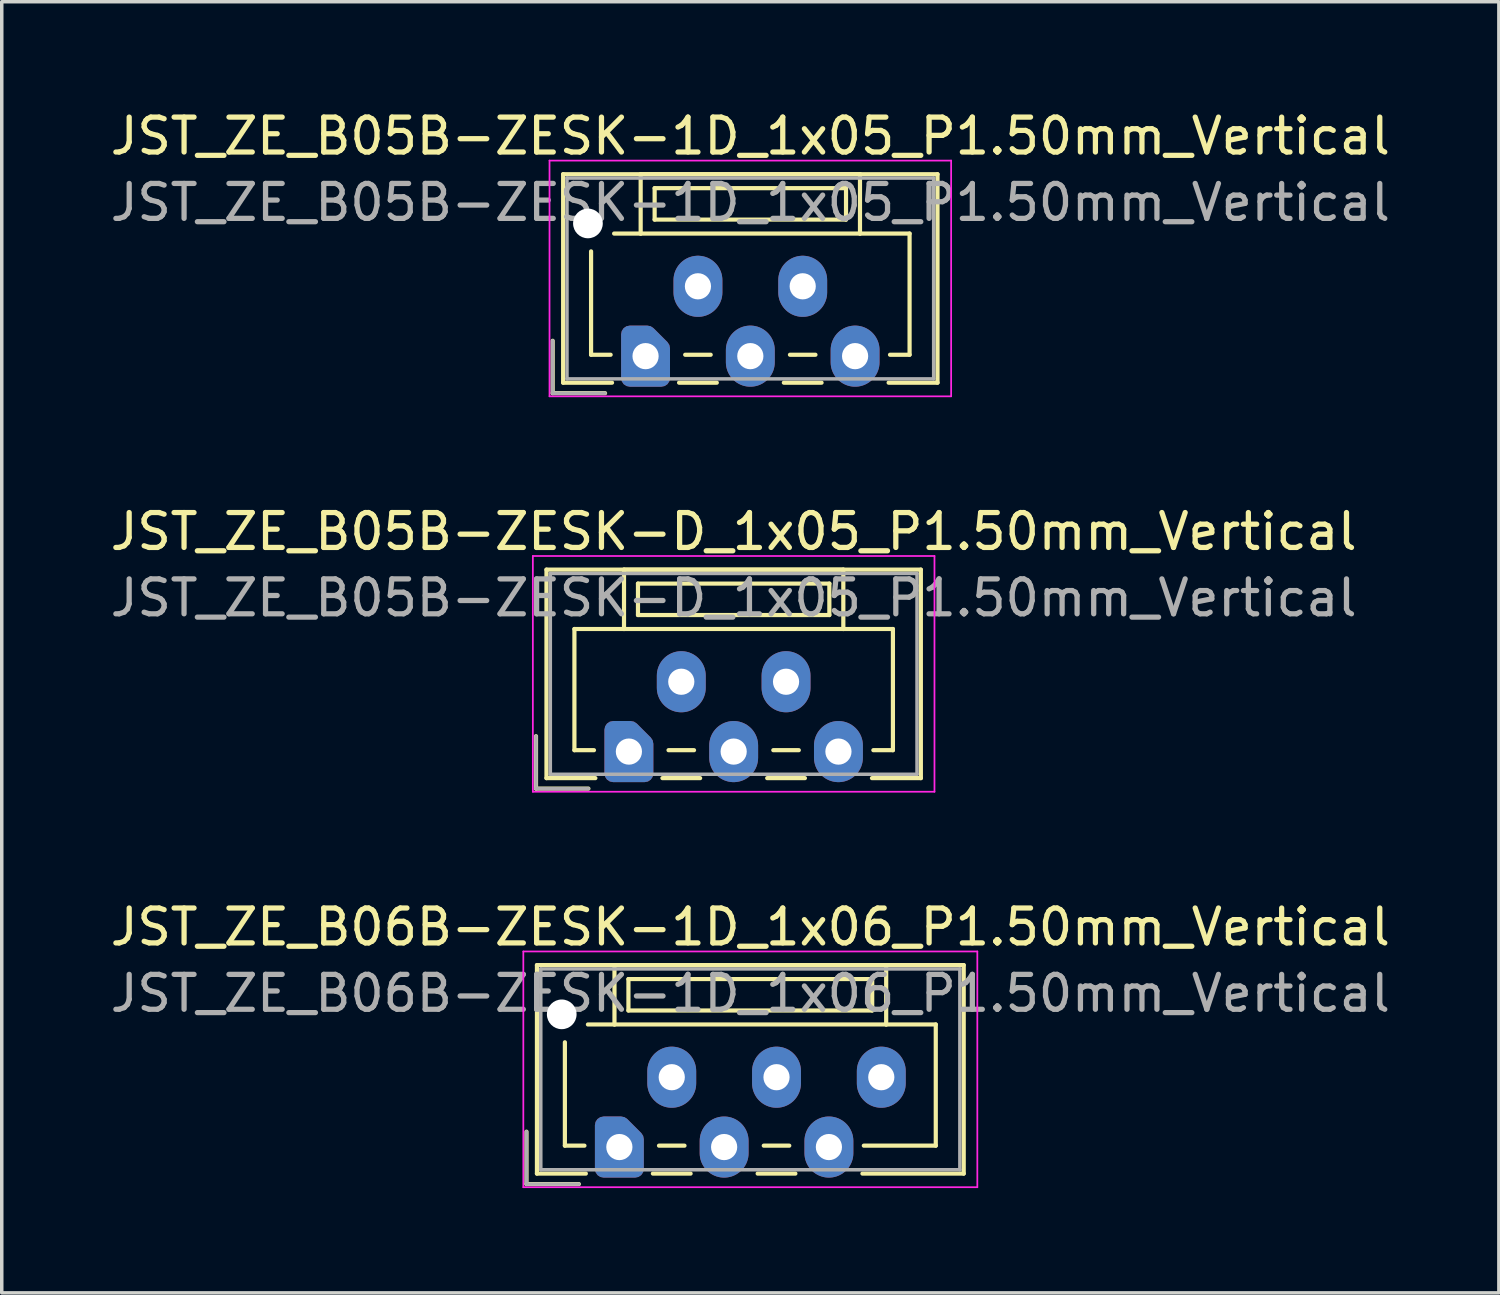
<source format=kicad_pcb>
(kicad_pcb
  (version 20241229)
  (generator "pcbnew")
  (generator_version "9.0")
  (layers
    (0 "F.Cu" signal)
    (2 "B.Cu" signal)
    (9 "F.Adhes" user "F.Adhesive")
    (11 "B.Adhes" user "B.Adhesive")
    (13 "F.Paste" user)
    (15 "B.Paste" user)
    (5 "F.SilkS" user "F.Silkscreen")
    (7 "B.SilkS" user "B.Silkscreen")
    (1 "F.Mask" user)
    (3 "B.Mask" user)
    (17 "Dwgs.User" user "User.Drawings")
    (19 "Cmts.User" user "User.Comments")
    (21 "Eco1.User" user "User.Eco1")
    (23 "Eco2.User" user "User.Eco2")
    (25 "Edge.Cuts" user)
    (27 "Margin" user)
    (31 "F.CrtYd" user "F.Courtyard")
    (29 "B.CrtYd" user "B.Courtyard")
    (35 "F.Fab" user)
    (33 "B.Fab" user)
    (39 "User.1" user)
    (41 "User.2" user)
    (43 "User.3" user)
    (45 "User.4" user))
  (footprint "JST_ZE_B05B-ZESK-1D_1x05_P1.50mm_Vertical"
    (layer "F.Cu")
    (at 15.435 7.148)
    (property "Reference" "JST_ZE_B05B-ZESK-1D_1x05_P1.50mm_Vertical" (at 3 -6.3 0) (layer "F.SilkS") (effects (font (size 1 1) (thickness 0.15))))
    (attr through_hole)
    (fp_line (start -2.66 -0.44) (end -2.66 1.06) (stroke (width 0.12) (type solid)) (layer "F.SilkS"))
    (fp_line (start -2.66 1.06) (end -1.16 1.06) (stroke (width 0.12) (type solid)) (layer "F.SilkS"))
    (fp_line (start -2.36 -5.21) (end 8.36 -5.21) (stroke (width 0.12) (type solid)) (layer "F.SilkS"))
    (fp_line (start -2.36 0.76) (end -2.36 -5.21) (stroke (width 0.12) (type solid)) (layer "F.SilkS"))
    (fp_line (start -1.56 -3) (end -1.56 -0.04) (stroke (width 0.12) (type solid)) (layer "F.SilkS"))
    (fp_line (start -1.56 -0.04) (end -1 -0.04) (stroke (width 0.12) (type solid)) (layer "F.SilkS"))
    (fp_line (start -0.96 0.76) (end -2.36 0.76) (stroke (width 0.12) (type solid)) (layer "F.SilkS"))
    (fp_line (start -0.14 -5.21) (end -0.14 -3.51) (stroke (width 0.12) (type solid)) (layer "F.SilkS"))
    (fp_line (start -0.14 -3.51) (end -0.9 -3.51) (stroke (width 0.12) (type solid)) (layer "F.SilkS"))
    (fp_line (start -0.14 -3.51) (end 6.14 -3.51) (stroke (width 0.12) (type solid)) (layer "F.SilkS"))
    (fp_line (start 0.26 -4.81) (end 0.26 -3.91) (stroke (width 0.12) (type solid)) (layer "F.SilkS"))
    (fp_line (start 0.26 -3.91) (end 5.74 -3.91) (stroke (width 0.12) (type solid)) (layer "F.SilkS"))
    (fp_line (start 0.96 0.76) (end 2.04 0.76) (stroke (width 0.12) (type solid)) (layer "F.SilkS"))
    (fp_line (start 1.135 -0.04) (end 1.865 -0.04) (stroke (width 0.12) (type solid)) (layer "F.SilkS"))
    (fp_line (start 3.96 0.76) (end 5.04 0.76) (stroke (width 0.12) (type solid)) (layer "F.SilkS"))
    (fp_line (start 4.135 -0.04) (end 4.865 -0.04) (stroke (width 0.12) (type solid)) (layer "F.SilkS"))
    (fp_line (start 5.74 -4.81) (end 0.26 -4.81) (stroke (width 0.12) (type solid)) (layer "F.SilkS"))
    (fp_line (start 5.74 -3.91) (end 5.74 -4.81) (stroke (width 0.12) (type solid)) (layer "F.SilkS"))
    (fp_line (start 6.14 -5.21) (end -0.14 -5.21) (stroke (width 0.12) (type solid)) (layer "F.SilkS"))
    (fp_line (start 6.14 -3.51) (end 6.14 -5.21) (stroke (width 0.12) (type solid)) (layer "F.SilkS"))
    (fp_line (start 6.14 -3.51) (end 7.56 -3.51) (stroke (width 0.12) (type solid)) (layer "F.SilkS"))
    (fp_line (start 7.56 -3.51) (end 7.56 -0.04) (stroke (width 0.12) (type solid)) (layer "F.SilkS"))
    (fp_line (start 7.56 -0.04) (end 7 -0.04) (stroke (width 0.12) (type solid)) (layer "F.SilkS"))
    (fp_line (start 8.36 -5.21) (end 8.36 0.76) (stroke (width 0.12) (type solid)) (layer "F.SilkS"))
    (fp_line (start 8.36 0.76) (end 6.96 0.76) (stroke (width 0.12) (type solid)) (layer "F.SilkS"))
    (fp_line (start -2.75 -5.6) (end -2.75 1.15) (stroke (width 0.05) (type solid)) (layer "F.CrtYd"))
    (fp_line (start -2.75 1.15) (end 8.75 1.15) (stroke (width 0.05) (type solid)) (layer "F.CrtYd"))
    (fp_line (start 8.75 -5.6) (end -2.75 -5.6) (stroke (width 0.05) (type solid)) (layer "F.CrtYd"))
    (fp_line (start 8.75 1.15) (end 8.75 -5.6) (stroke (width 0.05) (type solid)) (layer "F.CrtYd"))
    (fp_line (start -2.66 -0.44) (end -2.66 1.06) (stroke (width 0.1) (type solid)) (layer "F.Fab"))
    (fp_line (start -2.66 1.06) (end -1.16 1.06) (stroke (width 0.1) (type solid)) (layer "F.Fab"))
    (fp_line (start -2.25 -5.1) (end -2.25 0.65) (stroke (width 0.1) (type solid)) (layer "F.Fab"))
    (fp_line (start -2.25 0.65) (end 8.25 0.65) (stroke (width 0.1) (type solid)) (layer "F.Fab"))
    (fp_line (start 8.25 -5.1) (end -2.25 -5.1) (stroke (width 0.1) (type solid)) (layer "F.Fab"))
    (fp_line (start 8.25 0.65) (end 8.25 -5.1) (stroke (width 0.1) (type solid)) (layer "F.Fab"))
    (fp_text user "${REFERENCE}" (at 3 -4.4 0) (layer "F.Fab") (effects (font (size 1 1) (thickness 0.15))))
    (pad "" np_thru_hole circle (at -1.65 -3.8) (size 0.85 0.85) (drill 0.85) (layers "*.Cu" "*.Mask"))
    (pad "1" thru_hole custom (at 0 0) (size 1.117 1.117) (drill 0.75) (layers "*.Cu" "*.Mask") (options (anchor circle)) (primitives (gr_poly (pts (xy -0.45 -0.625) (xy 0.05 -0.625) (xy 0.45 -0.225) (xy 0.45 0.625) (xy -0.45 0.625)) (width 0.5) (fill yes))))
    (pad "2" thru_hole oval (at 1.5 -2) (size 1.4 1.75) (drill 0.75) (layers "*.Cu" "*.Mask"))
    (pad "3" thru_hole oval (at 3 0) (size 1.4 1.75) (drill 0.75) (layers "*.Cu" "*.Mask"))
    (pad "4" thru_hole oval (at 4.5 -2) (size 1.4 1.75) (drill 0.75) (layers "*.Cu" "*.Mask"))
    (pad "5" thru_hole oval (at 6 0) (size 1.4 1.75) (drill 0.75) (layers "*.Cu" "*.Mask")))
  (footprint "JST_ZE_B05B-ZESK-D_1x05_P1.50mm_Vertical"
    (layer "F.Cu")
    (at 14.958 18.471)
    (property "Reference" "JST_ZE_B05B-ZESK-D_1x05_P1.50mm_Vertical" (at 3 -6.3 0) (layer "F.SilkS") (effects (font (size 1 1) (thickness 0.15))))
    (attr through_hole)
    (fp_line (start -2.66 -0.44) (end -2.66 1.06) (stroke (width 0.12) (type solid)) (layer "F.SilkS"))
    (fp_line (start -2.66 1.06) (end -1.16 1.06) (stroke (width 0.12) (type solid)) (layer "F.SilkS"))
    (fp_line (start -2.36 -5.21) (end 8.36 -5.21) (stroke (width 0.12) (type solid)) (layer "F.SilkS"))
    (fp_line (start -2.36 0.76) (end -2.36 -5.21) (stroke (width 0.12) (type solid)) (layer "F.SilkS"))
    (fp_line (start -1.56 -3.51) (end -1.56 -0.04) (stroke (width 0.12) (type solid)) (layer "F.SilkS"))
    (fp_line (start -1.56 -0.04) (end -1 -0.04) (stroke (width 0.12) (type solid)) (layer "F.SilkS"))
    (fp_line (start -0.96 0.76) (end -2.36 0.76) (stroke (width 0.12) (type solid)) (layer "F.SilkS"))
    (fp_line (start -0.14 -5.21) (end -0.14 -3.51) (stroke (width 0.12) (type solid)) (layer "F.SilkS"))
    (fp_line (start -0.14 -3.51) (end -1.56 -3.51) (stroke (width 0.12) (type solid)) (layer "F.SilkS"))
    (fp_line (start -0.14 -3.51) (end 6.14 -3.51) (stroke (width 0.12) (type solid)) (layer "F.SilkS"))
    (fp_line (start 0.26 -4.81) (end 0.26 -3.91) (stroke (width 0.12) (type solid)) (layer "F.SilkS"))
    (fp_line (start 0.26 -3.91) (end 5.74 -3.91) (stroke (width 0.12) (type solid)) (layer "F.SilkS"))
    (fp_line (start 0.96 0.76) (end 2.04 0.76) (stroke (width 0.12) (type solid)) (layer "F.SilkS"))
    (fp_line (start 1.135 -0.04) (end 1.865 -0.04) (stroke (width 0.12) (type solid)) (layer "F.SilkS"))
    (fp_line (start 3.96 0.76) (end 5.04 0.76) (stroke (width 0.12) (type solid)) (layer "F.SilkS"))
    (fp_line (start 4.135 -0.04) (end 4.865 -0.04) (stroke (width 0.12) (type solid)) (layer "F.SilkS"))
    (fp_line (start 5.74 -4.81) (end 0.26 -4.81) (stroke (width 0.12) (type solid)) (layer "F.SilkS"))
    (fp_line (start 5.74 -3.91) (end 5.74 -4.81) (stroke (width 0.12) (type solid)) (layer "F.SilkS"))
    (fp_line (start 6.14 -5.21) (end -0.14 -5.21) (stroke (width 0.12) (type solid)) (layer "F.SilkS"))
    (fp_line (start 6.14 -3.51) (end 6.14 -5.21) (stroke (width 0.12) (type solid)) (layer "F.SilkS"))
    (fp_line (start 6.14 -3.51) (end 7.56 -3.51) (stroke (width 0.12) (type solid)) (layer "F.SilkS"))
    (fp_line (start 7.56 -3.51) (end 7.56 -0.04) (stroke (width 0.12) (type solid)) (layer "F.SilkS"))
    (fp_line (start 7.56 -0.04) (end 7 -0.04) (stroke (width 0.12) (type solid)) (layer "F.SilkS"))
    (fp_line (start 8.36 -5.21) (end 8.36 0.76) (stroke (width 0.12) (type solid)) (layer "F.SilkS"))
    (fp_line (start 8.36 0.76) (end 6.96 0.76) (stroke (width 0.12) (type solid)) (layer "F.SilkS"))
    (fp_line (start -2.75 -5.6) (end -2.75 1.15) (stroke (width 0.05) (type solid)) (layer "F.CrtYd"))
    (fp_line (start -2.75 1.15) (end 8.75 1.15) (stroke (width 0.05) (type solid)) (layer "F.CrtYd"))
    (fp_line (start 8.75 -5.6) (end -2.75 -5.6) (stroke (width 0.05) (type solid)) (layer "F.CrtYd"))
    (fp_line (start 8.75 1.15) (end 8.75 -5.6) (stroke (width 0.05) (type solid)) (layer "F.CrtYd"))
    (fp_line (start -2.66 -0.44) (end -2.66 1.06) (stroke (width 0.1) (type solid)) (layer "F.Fab"))
    (fp_line (start -2.66 1.06) (end -1.16 1.06) (stroke (width 0.1) (type solid)) (layer "F.Fab"))
    (fp_line (start -2.25 -5.1) (end -2.25 0.65) (stroke (width 0.1) (type solid)) (layer "F.Fab"))
    (fp_line (start -2.25 0.65) (end 8.25 0.65) (stroke (width 0.1) (type solid)) (layer "F.Fab"))
    (fp_line (start 8.25 -5.1) (end -2.25 -5.1) (stroke (width 0.1) (type solid)) (layer "F.Fab"))
    (fp_line (start 8.25 0.65) (end 8.25 -5.1) (stroke (width 0.1) (type solid)) (layer "F.Fab"))
    (fp_text user "${REFERENCE}" (at 3 -4.4 0) (layer "F.Fab") (effects (font (size 1 1) (thickness 0.15))))
    (pad "1" thru_hole custom (at 0 0) (size 1.117 1.117) (drill 0.75) (layers "*.Cu" "*.Mask") (options (anchor circle)) (primitives (gr_poly (pts (xy -0.45 -0.625) (xy 0.05 -0.625) (xy 0.45 -0.225) (xy 0.45 0.625) (xy -0.45 0.625)) (width 0.5) (fill yes))))
    (pad "2" thru_hole oval (at 1.5 -2) (size 1.4 1.75) (drill 0.75) (layers "*.Cu" "*.Mask"))
    (pad "3" thru_hole oval (at 3 0) (size 1.4 1.75) (drill 0.75) (layers "*.Cu" "*.Mask"))
    (pad "4" thru_hole oval (at 4.5 -2) (size 1.4 1.75) (drill 0.75) (layers "*.Cu" "*.Mask"))
    (pad "5" thru_hole oval (at 6 0) (size 1.4 1.75) (drill 0.75) (layers "*.Cu" "*.Mask")))
  (footprint "JST_ZE_B06B-ZESK-1D_1x06_P1.50mm_Vertical"
    (layer "F.Cu")
    (at 14.685 29.795)
    (property "Reference" "JST_ZE_B06B-ZESK-1D_1x06_P1.50mm_Vertical" (at 3.75 -6.3 0) (layer "F.SilkS") (effects (font (size 1 1) (thickness 0.15))))
    (attr through_hole)
    (fp_line (start -2.66 -0.44) (end -2.66 1.06) (stroke (width 0.12) (type solid)) (layer "F.SilkS"))
    (fp_line (start -2.66 1.06) (end -1.16 1.06) (stroke (width 0.12) (type solid)) (layer "F.SilkS"))
    (fp_line (start -2.36 -5.21) (end 9.86 -5.21) (stroke (width 0.12) (type solid)) (layer "F.SilkS"))
    (fp_line (start -2.36 0.76) (end -2.36 -5.21) (stroke (width 0.12) (type solid)) (layer "F.SilkS"))
    (fp_line (start -1.56 -3) (end -1.56 -0.04) (stroke (width 0.12) (type solid)) (layer "F.SilkS"))
    (fp_line (start -1.56 -0.04) (end -1 -0.04) (stroke (width 0.12) (type solid)) (layer "F.SilkS"))
    (fp_line (start -0.96 0.76) (end -2.36 0.76) (stroke (width 0.12) (type solid)) (layer "F.SilkS"))
    (fp_line (start -0.14 -5.21) (end -0.14 -3.51) (stroke (width 0.12) (type solid)) (layer "F.SilkS"))
    (fp_line (start -0.14 -3.51) (end -0.9 -3.51) (stroke (width 0.12) (type solid)) (layer "F.SilkS"))
    (fp_line (start -0.14 -3.51) (end 7.64 -3.51) (stroke (width 0.12) (type solid)) (layer "F.SilkS"))
    (fp_line (start 0.26 -4.81) (end 0.26 -3.91) (stroke (width 0.12) (type solid)) (layer "F.SilkS"))
    (fp_line (start 0.26 -3.91) (end 7.24 -3.91) (stroke (width 0.12) (type solid)) (layer "F.SilkS"))
    (fp_line (start 0.96 0.76) (end 2.04 0.76) (stroke (width 0.12) (type solid)) (layer "F.SilkS"))
    (fp_line (start 1.135 -0.04) (end 1.865 -0.04) (stroke (width 0.12) (type solid)) (layer "F.SilkS"))
    (fp_line (start 3.96 0.76) (end 5.04 0.76) (stroke (width 0.12) (type solid)) (layer "F.SilkS"))
    (fp_line (start 4.135 -0.04) (end 4.865 -0.04) (stroke (width 0.12) (type solid)) (layer "F.SilkS"))
    (fp_line (start 7.24 -4.81) (end 0.26 -4.81) (stroke (width 0.12) (type solid)) (layer "F.SilkS"))
    (fp_line (start 7.24 -3.91) (end 7.24 -4.81) (stroke (width 0.12) (type solid)) (layer "F.SilkS"))
    (fp_line (start 7.64 -5.21) (end -0.14 -5.21) (stroke (width 0.12) (type solid)) (layer "F.SilkS"))
    (fp_line (start 7.64 -3.51) (end 7.64 -5.21) (stroke (width 0.12) (type solid)) (layer "F.SilkS"))
    (fp_line (start 7.64 -3.51) (end 9.06 -3.51) (stroke (width 0.12) (type solid)) (layer "F.SilkS"))
    (fp_line (start 9.06 -3.51) (end 9.06 -0.04) (stroke (width 0.12) (type solid)) (layer "F.SilkS"))
    (fp_line (start 9.06 -0.04) (end 7 -0.04) (stroke (width 0.12) (type solid)) (layer "F.SilkS"))
    (fp_line (start 9.86 -5.21) (end 9.86 0.76) (stroke (width 0.12) (type solid)) (layer "F.SilkS"))
    (fp_line (start 9.86 0.76) (end 6.96 0.76) (stroke (width 0.12) (type solid)) (layer "F.SilkS"))
    (fp_line (start -2.75 -5.6) (end -2.75 1.15) (stroke (width 0.05) (type solid)) (layer "F.CrtYd"))
    (fp_line (start -2.75 1.15) (end 10.25 1.15) (stroke (width 0.05) (type solid)) (layer "F.CrtYd"))
    (fp_line (start 10.25 -5.6) (end -2.75 -5.6) (stroke (width 0.05) (type solid)) (layer "F.CrtYd"))
    (fp_line (start 10.25 1.15) (end 10.25 -5.6) (stroke (width 0.05) (type solid)) (layer "F.CrtYd"))
    (fp_line (start -2.66 -0.44) (end -2.66 1.06) (stroke (width 0.1) (type solid)) (layer "F.Fab"))
    (fp_line (start -2.66 1.06) (end -1.16 1.06) (stroke (width 0.1) (type solid)) (layer "F.Fab"))
    (fp_line (start -2.25 -5.1) (end -2.25 0.65) (stroke (width 0.1) (type solid)) (layer "F.Fab"))
    (fp_line (start -2.25 0.65) (end 9.75 0.65) (stroke (width 0.1) (type solid)) (layer "F.Fab"))
    (fp_line (start 9.75 -5.1) (end -2.25 -5.1) (stroke (width 0.1) (type solid)) (layer "F.Fab"))
    (fp_line (start 9.75 0.65) (end 9.75 -5.1) (stroke (width 0.1) (type solid)) (layer "F.Fab"))
    (fp_text user "${REFERENCE}" (at 3.75 -4.4 0) (layer "F.Fab") (effects (font (size 1 1) (thickness 0.15))))
    (pad "" np_thru_hole circle (at -1.65 -3.8) (size 0.85 0.85) (drill 0.85) (layers "*.Cu" "*.Mask"))
    (pad "1" thru_hole custom (at 0 0) (size 1.117 1.117) (drill 0.75) (layers "*.Cu" "*.Mask") (options (anchor circle)) (primitives (gr_poly (pts (xy -0.45 -0.625) (xy 0.05 -0.625) (xy 0.45 -0.225) (xy 0.45 0.625) (xy -0.45 0.625)) (width 0.5) (fill yes))))
    (pad "2" thru_hole oval (at 1.5 -2) (size 1.4 1.75) (drill 0.75) (layers "*.Cu" "*.Mask"))
    (pad "3" thru_hole oval (at 3 0) (size 1.4 1.75) (drill 0.75) (layers "*.Cu" "*.Mask"))
    (pad "4" thru_hole oval (at 4.5 -2) (size 1.4 1.75) (drill 0.75) (layers "*.Cu" "*.Mask"))
    (pad "5" thru_hole oval (at 6 0) (size 1.4 1.75) (drill 0.75) (layers "*.Cu" "*.Mask"))
    (pad "6" thru_hole oval (at 7.5 -2) (size 1.4 1.75) (drill 0.75) (layers "*.Cu" "*.Mask")))
  (gr_rect
    (start -3 -3)
    (end 39.869 33.97)
    (stroke (width 0.1) (type default))
    (fill no)
    (layer "Edge.Cuts")))
</source>
